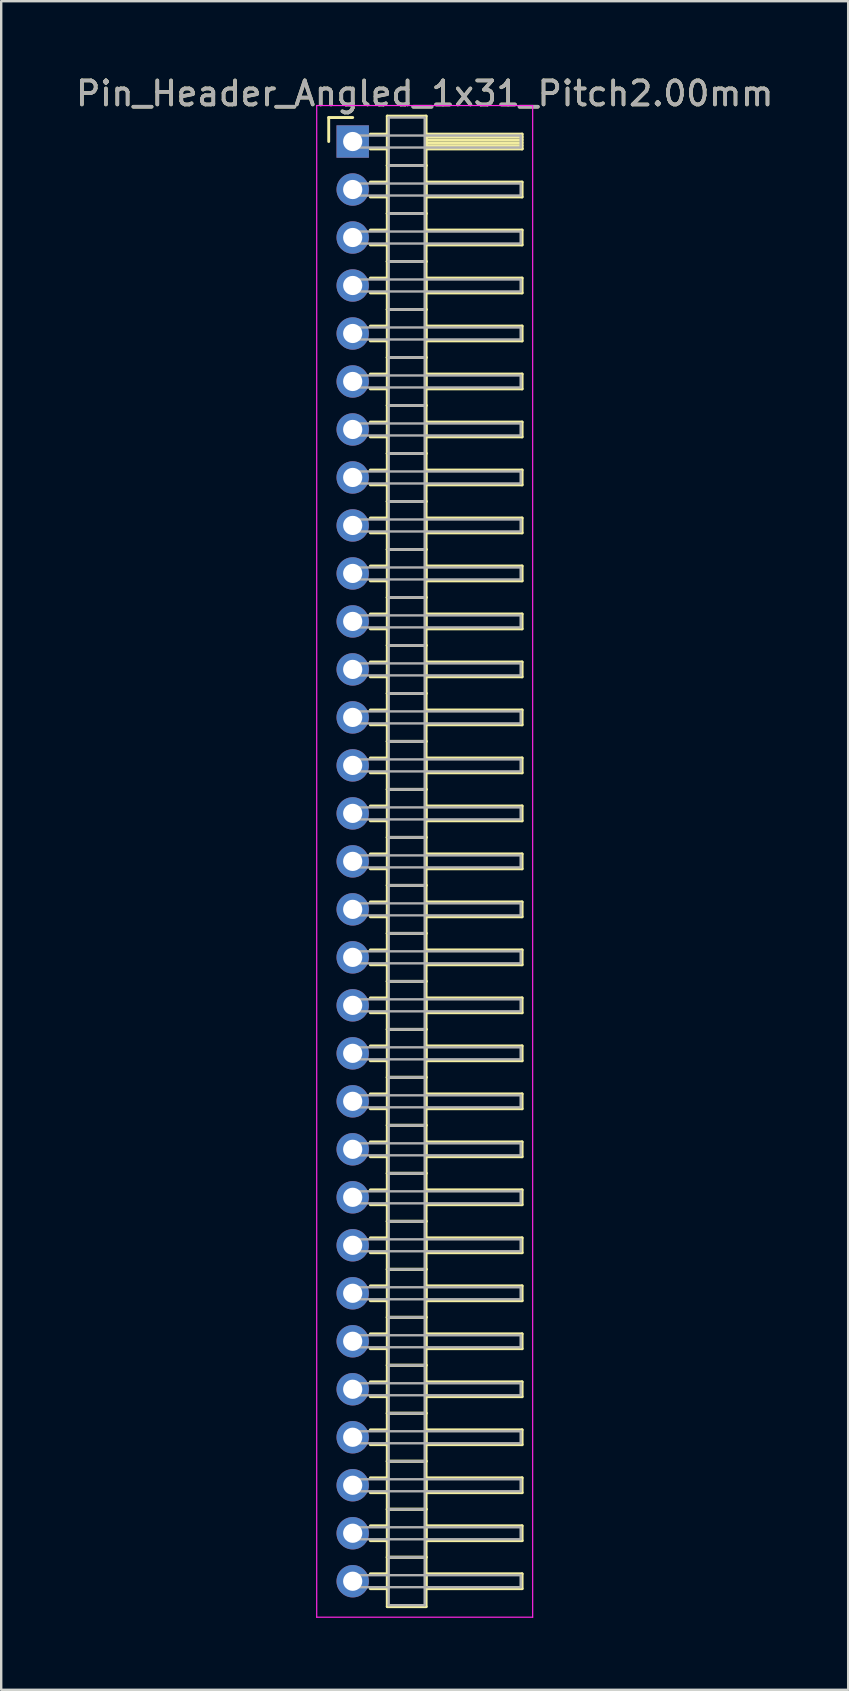
<source format=kicad_pcb>
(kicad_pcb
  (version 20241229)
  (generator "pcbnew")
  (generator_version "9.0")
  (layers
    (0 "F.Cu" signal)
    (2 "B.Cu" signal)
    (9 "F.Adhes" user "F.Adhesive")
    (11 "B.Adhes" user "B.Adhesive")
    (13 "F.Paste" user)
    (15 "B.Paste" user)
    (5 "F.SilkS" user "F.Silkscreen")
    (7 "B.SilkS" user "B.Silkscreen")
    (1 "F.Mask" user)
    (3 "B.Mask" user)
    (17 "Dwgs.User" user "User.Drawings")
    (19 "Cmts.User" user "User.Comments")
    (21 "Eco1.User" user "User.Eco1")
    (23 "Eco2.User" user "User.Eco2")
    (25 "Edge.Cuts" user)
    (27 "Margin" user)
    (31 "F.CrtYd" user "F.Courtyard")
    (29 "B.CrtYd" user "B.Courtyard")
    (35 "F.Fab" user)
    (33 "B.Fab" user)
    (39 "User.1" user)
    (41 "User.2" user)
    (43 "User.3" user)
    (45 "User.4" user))
  (footprint "Pin_Header_Angled_1x31_Pitch2.00mm"
    (layer "F.Cu")
    (at 11.649 2.848)
    (property "Reference" "Pin_Header_Angled_1x31_Pitch2.00mm" (at 3 -2 0) (layer "F.SilkS") (effects (font (size 1 1) (thickness 0.15))))
    (attr through_hole)
    (fp_line (start -1 -1) (end 0 -1) (stroke (width 0.12) (type solid)) (layer "F.SilkS"))
    (fp_line (start -1 0) (end -1 -1) (stroke (width 0.12) (type solid)) (layer "F.SilkS"))
    (fp_line (start 0.735 -0.31) (end 1.44 -0.31) (stroke (width 0.12) (type solid)) (layer "F.SilkS"))
    (fp_line (start 0.735 0.31) (end 1.44 0.31) (stroke (width 0.12) (type solid)) (layer "F.SilkS"))
    (fp_line (start 0.735 1.69) (end 1.44 1.69) (stroke (width 0.12) (type solid)) (layer "F.SilkS"))
    (fp_line (start 0.735 2.31) (end 1.44 2.31) (stroke (width 0.12) (type solid)) (layer "F.SilkS"))
    (fp_line (start 0.735 3.69) (end 1.44 3.69) (stroke (width 0.12) (type solid)) (layer "F.SilkS"))
    (fp_line (start 0.735 4.31) (end 1.44 4.31) (stroke (width 0.12) (type solid)) (layer "F.SilkS"))
    (fp_line (start 0.735 5.69) (end 1.44 5.69) (stroke (width 0.12) (type solid)) (layer "F.SilkS"))
    (fp_line (start 0.735 6.31) (end 1.44 6.31) (stroke (width 0.12) (type solid)) (layer "F.SilkS"))
    (fp_line (start 0.735 7.69) (end 1.44 7.69) (stroke (width 0.12) (type solid)) (layer "F.SilkS"))
    (fp_line (start 0.735 8.31) (end 1.44 8.31) (stroke (width 0.12) (type solid)) (layer "F.SilkS"))
    (fp_line (start 0.735 9.69) (end 1.44 9.69) (stroke (width 0.12) (type solid)) (layer "F.SilkS"))
    (fp_line (start 0.735 10.31) (end 1.44 10.31) (stroke (width 0.12) (type solid)) (layer "F.SilkS"))
    (fp_line (start 0.735 11.69) (end 1.44 11.69) (stroke (width 0.12) (type solid)) (layer "F.SilkS"))
    (fp_line (start 0.735 12.31) (end 1.44 12.31) (stroke (width 0.12) (type solid)) (layer "F.SilkS"))
    (fp_line (start 0.735 13.69) (end 1.44 13.69) (stroke (width 0.12) (type solid)) (layer "F.SilkS"))
    (fp_line (start 0.735 14.31) (end 1.44 14.31) (stroke (width 0.12) (type solid)) (layer "F.SilkS"))
    (fp_line (start 0.735 15.69) (end 1.44 15.69) (stroke (width 0.12) (type solid)) (layer "F.SilkS"))
    (fp_line (start 0.735 16.31) (end 1.44 16.31) (stroke (width 0.12) (type solid)) (layer "F.SilkS"))
    (fp_line (start 0.735 17.69) (end 1.44 17.69) (stroke (width 0.12) (type solid)) (layer "F.SilkS"))
    (fp_line (start 0.735 18.31) (end 1.44 18.31) (stroke (width 0.12) (type solid)) (layer "F.SilkS"))
    (fp_line (start 0.735 19.69) (end 1.44 19.69) (stroke (width 0.12) (type solid)) (layer "F.SilkS"))
    (fp_line (start 0.735 20.31) (end 1.44 20.31) (stroke (width 0.12) (type solid)) (layer "F.SilkS"))
    (fp_line (start 0.735 21.69) (end 1.44 21.69) (stroke (width 0.12) (type solid)) (layer "F.SilkS"))
    (fp_line (start 0.735 22.31) (end 1.44 22.31) (stroke (width 0.12) (type solid)) (layer "F.SilkS"))
    (fp_line (start 0.735 23.69) (end 1.44 23.69) (stroke (width 0.12) (type solid)) (layer "F.SilkS"))
    (fp_line (start 0.735 24.31) (end 1.44 24.31) (stroke (width 0.12) (type solid)) (layer "F.SilkS"))
    (fp_line (start 0.735 25.69) (end 1.44 25.69) (stroke (width 0.12) (type solid)) (layer "F.SilkS"))
    (fp_line (start 0.735 26.31) (end 1.44 26.31) (stroke (width 0.12) (type solid)) (layer "F.SilkS"))
    (fp_line (start 0.735 27.69) (end 1.44 27.69) (stroke (width 0.12) (type solid)) (layer "F.SilkS"))
    (fp_line (start 0.735 28.31) (end 1.44 28.31) (stroke (width 0.12) (type solid)) (layer "F.SilkS"))
    (fp_line (start 0.735 29.69) (end 1.44 29.69) (stroke (width 0.12) (type solid)) (layer "F.SilkS"))
    (fp_line (start 0.735 30.31) (end 1.44 30.31) (stroke (width 0.12) (type solid)) (layer "F.SilkS"))
    (fp_line (start 0.735 31.69) (end 1.44 31.69) (stroke (width 0.12) (type solid)) (layer "F.SilkS"))
    (fp_line (start 0.735 32.31) (end 1.44 32.31) (stroke (width 0.12) (type solid)) (layer "F.SilkS"))
    (fp_line (start 0.735 33.69) (end 1.44 33.69) (stroke (width 0.12) (type solid)) (layer "F.SilkS"))
    (fp_line (start 0.735 34.31) (end 1.44 34.31) (stroke (width 0.12) (type solid)) (layer "F.SilkS"))
    (fp_line (start 0.735 35.69) (end 1.44 35.69) (stroke (width 0.12) (type solid)) (layer "F.SilkS"))
    (fp_line (start 0.735 36.31) (end 1.44 36.31) (stroke (width 0.12) (type solid)) (layer "F.SilkS"))
    (fp_line (start 0.735 37.69) (end 1.44 37.69) (stroke (width 0.12) (type solid)) (layer "F.SilkS"))
    (fp_line (start 0.735 38.31) (end 1.44 38.31) (stroke (width 0.12) (type solid)) (layer "F.SilkS"))
    (fp_line (start 0.735 39.69) (end 1.44 39.69) (stroke (width 0.12) (type solid)) (layer "F.SilkS"))
    (fp_line (start 0.735 40.31) (end 1.44 40.31) (stroke (width 0.12) (type solid)) (layer "F.SilkS"))
    (fp_line (start 0.735 41.69) (end 1.44 41.69) (stroke (width 0.12) (type solid)) (layer "F.SilkS"))
    (fp_line (start 0.735 42.31) (end 1.44 42.31) (stroke (width 0.12) (type solid)) (layer "F.SilkS"))
    (fp_line (start 0.735 43.69) (end 1.44 43.69) (stroke (width 0.12) (type solid)) (layer "F.SilkS"))
    (fp_line (start 0.735 44.31) (end 1.44 44.31) (stroke (width 0.12) (type solid)) (layer "F.SilkS"))
    (fp_line (start 0.735 45.69) (end 1.44 45.69) (stroke (width 0.12) (type solid)) (layer "F.SilkS"))
    (fp_line (start 0.735 46.31) (end 1.44 46.31) (stroke (width 0.12) (type solid)) (layer "F.SilkS"))
    (fp_line (start 0.735 47.69) (end 1.44 47.69) (stroke (width 0.12) (type solid)) (layer "F.SilkS"))
    (fp_line (start 0.735 48.31) (end 1.44 48.31) (stroke (width 0.12) (type solid)) (layer "F.SilkS"))
    (fp_line (start 0.735 49.69) (end 1.44 49.69) (stroke (width 0.12) (type solid)) (layer "F.SilkS"))
    (fp_line (start 0.735 50.31) (end 1.44 50.31) (stroke (width 0.12) (type solid)) (layer "F.SilkS"))
    (fp_line (start 0.735 51.69) (end 1.44 51.69) (stroke (width 0.12) (type solid)) (layer "F.SilkS"))
    (fp_line (start 0.735 52.31) (end 1.44 52.31) (stroke (width 0.12) (type solid)) (layer "F.SilkS"))
    (fp_line (start 0.735 53.69) (end 1.44 53.69) (stroke (width 0.12) (type solid)) (layer "F.SilkS"))
    (fp_line (start 0.735 54.31) (end 1.44 54.31) (stroke (width 0.12) (type solid)) (layer "F.SilkS"))
    (fp_line (start 0.735 55.69) (end 1.44 55.69) (stroke (width 0.12) (type solid)) (layer "F.SilkS"))
    (fp_line (start 0.735 56.31) (end 1.44 56.31) (stroke (width 0.12) (type solid)) (layer "F.SilkS"))
    (fp_line (start 0.735 57.69) (end 1.44 57.69) (stroke (width 0.12) (type solid)) (layer "F.SilkS"))
    (fp_line (start 0.735 58.31) (end 1.44 58.31) (stroke (width 0.12) (type solid)) (layer "F.SilkS"))
    (fp_line (start 0.735 59.69) (end 1.44 59.69) (stroke (width 0.12) (type solid)) (layer "F.SilkS"))
    (fp_line (start 0.735 60.31) (end 1.44 60.31) (stroke (width 0.12) (type solid)) (layer "F.SilkS"))
    (fp_line (start 1.44 -1.06) (end 1.44 1) (stroke (width 0.12) (type solid)) (layer "F.SilkS"))
    (fp_line (start 1.44 1) (end 1.44 3) (stroke (width 0.12) (type solid)) (layer "F.SilkS"))
    (fp_line (start 1.44 1) (end 3.06 1) (stroke (width 0.12) (type solid)) (layer "F.SilkS"))
    (fp_line (start 1.44 3) (end 1.44 5) (stroke (width 0.12) (type solid)) (layer "F.SilkS"))
    (fp_line (start 1.44 3) (end 3.06 3) (stroke (width 0.12) (type solid)) (layer "F.SilkS"))
    (fp_line (start 1.44 5) (end 1.44 7) (stroke (width 0.12) (type solid)) (layer "F.SilkS"))
    (fp_line (start 1.44 5) (end 3.06 5) (stroke (width 0.12) (type solid)) (layer "F.SilkS"))
    (fp_line (start 1.44 7) (end 1.44 9) (stroke (width 0.12) (type solid)) (layer "F.SilkS"))
    (fp_line (start 1.44 7) (end 3.06 7) (stroke (width 0.12) (type solid)) (layer "F.SilkS"))
    (fp_line (start 1.44 9) (end 1.44 11) (stroke (width 0.12) (type solid)) (layer "F.SilkS"))
    (fp_line (start 1.44 9) (end 3.06 9) (stroke (width 0.12) (type solid)) (layer "F.SilkS"))
    (fp_line (start 1.44 11) (end 1.44 13) (stroke (width 0.12) (type solid)) (layer "F.SilkS"))
    (fp_line (start 1.44 11) (end 3.06 11) (stroke (width 0.12) (type solid)) (layer "F.SilkS"))
    (fp_line (start 1.44 13) (end 1.44 15) (stroke (width 0.12) (type solid)) (layer "F.SilkS"))
    (fp_line (start 1.44 13) (end 3.06 13) (stroke (width 0.12) (type solid)) (layer "F.SilkS"))
    (fp_line (start 1.44 15) (end 1.44 17) (stroke (width 0.12) (type solid)) (layer "F.SilkS"))
    (fp_line (start 1.44 15) (end 3.06 15) (stroke (width 0.12) (type solid)) (layer "F.SilkS"))
    (fp_line (start 1.44 17) (end 1.44 19) (stroke (width 0.12) (type solid)) (layer "F.SilkS"))
    (fp_line (start 1.44 17) (end 3.06 17) (stroke (width 0.12) (type solid)) (layer "F.SilkS"))
    (fp_line (start 1.44 19) (end 1.44 21) (stroke (width 0.12) (type solid)) (layer "F.SilkS"))
    (fp_line (start 1.44 19) (end 3.06 19) (stroke (width 0.12) (type solid)) (layer "F.SilkS"))
    (fp_line (start 1.44 21) (end 1.44 23) (stroke (width 0.12) (type solid)) (layer "F.SilkS"))
    (fp_line (start 1.44 21) (end 3.06 21) (stroke (width 0.12) (type solid)) (layer "F.SilkS"))
    (fp_line (start 1.44 23) (end 1.44 25) (stroke (width 0.12) (type solid)) (layer "F.SilkS"))
    (fp_line (start 1.44 23) (end 3.06 23) (stroke (width 0.12) (type solid)) (layer "F.SilkS"))
    (fp_line (start 1.44 25) (end 1.44 27) (stroke (width 0.12) (type solid)) (layer "F.SilkS"))
    (fp_line (start 1.44 25) (end 3.06 25) (stroke (width 0.12) (type solid)) (layer "F.SilkS"))
    (fp_line (start 1.44 27) (end 1.44 29) (stroke (width 0.12) (type solid)) (layer "F.SilkS"))
    (fp_line (start 1.44 27) (end 3.06 27) (stroke (width 0.12) (type solid)) (layer "F.SilkS"))
    (fp_line (start 1.44 29) (end 1.44 31) (stroke (width 0.12) (type solid)) (layer "F.SilkS"))
    (fp_line (start 1.44 29) (end 3.06 29) (stroke (width 0.12) (type solid)) (layer "F.SilkS"))
    (fp_line (start 1.44 31) (end 1.44 33) (stroke (width 0.12) (type solid)) (layer "F.SilkS"))
    (fp_line (start 1.44 31) (end 3.06 31) (stroke (width 0.12) (type solid)) (layer "F.SilkS"))
    (fp_line (start 1.44 33) (end 1.44 35) (stroke (width 0.12) (type solid)) (layer "F.SilkS"))
    (fp_line (start 1.44 33) (end 3.06 33) (stroke (width 0.12) (type solid)) (layer "F.SilkS"))
    (fp_line (start 1.44 35) (end 1.44 37) (stroke (width 0.12) (type solid)) (layer "F.SilkS"))
    (fp_line (start 1.44 35) (end 3.06 35) (stroke (width 0.12) (type solid)) (layer "F.SilkS"))
    (fp_line (start 1.44 37) (end 1.44 39) (stroke (width 0.12) (type solid)) (layer "F.SilkS"))
    (fp_line (start 1.44 37) (end 3.06 37) (stroke (width 0.12) (type solid)) (layer "F.SilkS"))
    (fp_line (start 1.44 39) (end 1.44 41) (stroke (width 0.12) (type solid)) (layer "F.SilkS"))
    (fp_line (start 1.44 39) (end 3.06 39) (stroke (width 0.12) (type solid)) (layer "F.SilkS"))
    (fp_line (start 1.44 41) (end 1.44 43) (stroke (width 0.12) (type solid)) (layer "F.SilkS"))
    (fp_line (start 1.44 41) (end 3.06 41) (stroke (width 0.12) (type solid)) (layer "F.SilkS"))
    (fp_line (start 1.44 43) (end 1.44 45) (stroke (width 0.12) (type solid)) (layer "F.SilkS"))
    (fp_line (start 1.44 43) (end 3.06 43) (stroke (width 0.12) (type solid)) (layer "F.SilkS"))
    (fp_line (start 1.44 45) (end 1.44 47) (stroke (width 0.12) (type solid)) (layer "F.SilkS"))
    (fp_line (start 1.44 45) (end 3.06 45) (stroke (width 0.12) (type solid)) (layer "F.SilkS"))
    (fp_line (start 1.44 47) (end 1.44 49) (stroke (width 0.12) (type solid)) (layer "F.SilkS"))
    (fp_line (start 1.44 47) (end 3.06 47) (stroke (width 0.12) (type solid)) (layer "F.SilkS"))
    (fp_line (start 1.44 49) (end 1.44 51) (stroke (width 0.12) (type solid)) (layer "F.SilkS"))
    (fp_line (start 1.44 49) (end 3.06 49) (stroke (width 0.12) (type solid)) (layer "F.SilkS"))
    (fp_line (start 1.44 51) (end 1.44 53) (stroke (width 0.12) (type solid)) (layer "F.SilkS"))
    (fp_line (start 1.44 51) (end 3.06 51) (stroke (width 0.12) (type solid)) (layer "F.SilkS"))
    (fp_line (start 1.44 53) (end 1.44 55) (stroke (width 0.12) (type solid)) (layer "F.SilkS"))
    (fp_line (start 1.44 53) (end 3.06 53) (stroke (width 0.12) (type solid)) (layer "F.SilkS"))
    (fp_line (start 1.44 55) (end 1.44 57) (stroke (width 0.12) (type solid)) (layer "F.SilkS"))
    (fp_line (start 1.44 55) (end 3.06 55) (stroke (width 0.12) (type solid)) (layer "F.SilkS"))
    (fp_line (start 1.44 57) (end 1.44 59) (stroke (width 0.12) (type solid)) (layer "F.SilkS"))
    (fp_line (start 1.44 57) (end 3.06 57) (stroke (width 0.12) (type solid)) (layer "F.SilkS"))
    (fp_line (start 1.44 59) (end 1.44 61.06) (stroke (width 0.12) (type solid)) (layer "F.SilkS"))
    (fp_line (start 1.44 59) (end 3.06 59) (stroke (width 0.12) (type solid)) (layer "F.SilkS"))
    (fp_line (start 1.44 61.06) (end 3.06 61.06) (stroke (width 0.12) (type solid)) (layer "F.SilkS"))
    (fp_line (start 3.06 -1.06) (end 1.44 -1.06) (stroke (width 0.12) (type solid)) (layer "F.SilkS"))
    (fp_line (start 3.06 -0.31) (end 3.06 0.31) (stroke (width 0.12) (type solid)) (layer "F.SilkS"))
    (fp_line (start 3.06 -0.19) (end 7.06 -0.19) (stroke (width 0.12) (type solid)) (layer "F.SilkS"))
    (fp_line (start 3.06 -0.07) (end 7.06 -0.07) (stroke (width 0.12) (type solid)) (layer "F.SilkS"))
    (fp_line (start 3.06 0.05) (end 7.06 0.05) (stroke (width 0.12) (type solid)) (layer "F.SilkS"))
    (fp_line (start 3.06 0.17) (end 7.06 0.17) (stroke (width 0.12) (type solid)) (layer "F.SilkS"))
    (fp_line (start 3.06 0.29) (end 7.06 0.29) (stroke (width 0.12) (type solid)) (layer "F.SilkS"))
    (fp_line (start 3.06 0.31) (end 7.06 0.31) (stroke (width 0.12) (type solid)) (layer "F.SilkS"))
    (fp_line (start 3.06 1) (end 1.44 1) (stroke (width 0.12) (type solid)) (layer "F.SilkS"))
    (fp_line (start 3.06 1) (end 3.06 -1.06) (stroke (width 0.12) (type solid)) (layer "F.SilkS"))
    (fp_line (start 3.06 1.69) (end 3.06 2.31) (stroke (width 0.12) (type solid)) (layer "F.SilkS"))
    (fp_line (start 3.06 2.31) (end 7.06 2.31) (stroke (width 0.12) (type solid)) (layer "F.SilkS"))
    (fp_line (start 3.06 3) (end 1.44 3) (stroke (width 0.12) (type solid)) (layer "F.SilkS"))
    (fp_line (start 3.06 3) (end 3.06 1) (stroke (width 0.12) (type solid)) (layer "F.SilkS"))
    (fp_line (start 3.06 3.69) (end 3.06 4.31) (stroke (width 0.12) (type solid)) (layer "F.SilkS"))
    (fp_line (start 3.06 4.31) (end 7.06 4.31) (stroke (width 0.12) (type solid)) (layer "F.SilkS"))
    (fp_line (start 3.06 5) (end 1.44 5) (stroke (width 0.12) (type solid)) (layer "F.SilkS"))
    (fp_line (start 3.06 5) (end 3.06 3) (stroke (width 0.12) (type solid)) (layer "F.SilkS"))
    (fp_line (start 3.06 5.69) (end 3.06 6.31) (stroke (width 0.12) (type solid)) (layer "F.SilkS"))
    (fp_line (start 3.06 6.31) (end 7.06 6.31) (stroke (width 0.12) (type solid)) (layer "F.SilkS"))
    (fp_line (start 3.06 7) (end 1.44 7) (stroke (width 0.12) (type solid)) (layer "F.SilkS"))
    (fp_line (start 3.06 7) (end 3.06 5) (stroke (width 0.12) (type solid)) (layer "F.SilkS"))
    (fp_line (start 3.06 7.69) (end 3.06 8.31) (stroke (width 0.12) (type solid)) (layer "F.SilkS"))
    (fp_line (start 3.06 8.31) (end 7.06 8.31) (stroke (width 0.12) (type solid)) (layer "F.SilkS"))
    (fp_line (start 3.06 9) (end 1.44 9) (stroke (width 0.12) (type solid)) (layer "F.SilkS"))
    (fp_line (start 3.06 9) (end 3.06 7) (stroke (width 0.12) (type solid)) (layer "F.SilkS"))
    (fp_line (start 3.06 9.69) (end 3.06 10.31) (stroke (width 0.12) (type solid)) (layer "F.SilkS"))
    (fp_line (start 3.06 10.31) (end 7.06 10.31) (stroke (width 0.12) (type solid)) (layer "F.SilkS"))
    (fp_line (start 3.06 11) (end 1.44 11) (stroke (width 0.12) (type solid)) (layer "F.SilkS"))
    (fp_line (start 3.06 11) (end 3.06 9) (stroke (width 0.12) (type solid)) (layer "F.SilkS"))
    (fp_line (start 3.06 11.69) (end 3.06 12.31) (stroke (width 0.12) (type solid)) (layer "F.SilkS"))
    (fp_line (start 3.06 12.31) (end 7.06 12.31) (stroke (width 0.12) (type solid)) (layer "F.SilkS"))
    (fp_line (start 3.06 13) (end 1.44 13) (stroke (width 0.12) (type solid)) (layer "F.SilkS"))
    (fp_line (start 3.06 13) (end 3.06 11) (stroke (width 0.12) (type solid)) (layer "F.SilkS"))
    (fp_line (start 3.06 13.69) (end 3.06 14.31) (stroke (width 0.12) (type solid)) (layer "F.SilkS"))
    (fp_line (start 3.06 14.31) (end 7.06 14.31) (stroke (width 0.12) (type solid)) (layer "F.SilkS"))
    (fp_line (start 3.06 15) (end 1.44 15) (stroke (width 0.12) (type solid)) (layer "F.SilkS"))
    (fp_line (start 3.06 15) (end 3.06 13) (stroke (width 0.12) (type solid)) (layer "F.SilkS"))
    (fp_line (start 3.06 15.69) (end 3.06 16.31) (stroke (width 0.12) (type solid)) (layer "F.SilkS"))
    (fp_line (start 3.06 16.31) (end 7.06 16.31) (stroke (width 0.12) (type solid)) (layer "F.SilkS"))
    (fp_line (start 3.06 17) (end 1.44 17) (stroke (width 0.12) (type solid)) (layer "F.SilkS"))
    (fp_line (start 3.06 17) (end 3.06 15) (stroke (width 0.12) (type solid)) (layer "F.SilkS"))
    (fp_line (start 3.06 17.69) (end 3.06 18.31) (stroke (width 0.12) (type solid)) (layer "F.SilkS"))
    (fp_line (start 3.06 18.31) (end 7.06 18.31) (stroke (width 0.12) (type solid)) (layer "F.SilkS"))
    (fp_line (start 3.06 19) (end 1.44 19) (stroke (width 0.12) (type solid)) (layer "F.SilkS"))
    (fp_line (start 3.06 19) (end 3.06 17) (stroke (width 0.12) (type solid)) (layer "F.SilkS"))
    (fp_line (start 3.06 19.69) (end 3.06 20.31) (stroke (width 0.12) (type solid)) (layer "F.SilkS"))
    (fp_line (start 3.06 20.31) (end 7.06 20.31) (stroke (width 0.12) (type solid)) (layer "F.SilkS"))
    (fp_line (start 3.06 21) (end 1.44 21) (stroke (width 0.12) (type solid)) (layer "F.SilkS"))
    (fp_line (start 3.06 21) (end 3.06 19) (stroke (width 0.12) (type solid)) (layer "F.SilkS"))
    (fp_line (start 3.06 21.69) (end 3.06 22.31) (stroke (width 0.12) (type solid)) (layer "F.SilkS"))
    (fp_line (start 3.06 22.31) (end 7.06 22.31) (stroke (width 0.12) (type solid)) (layer "F.SilkS"))
    (fp_line (start 3.06 23) (end 1.44 23) (stroke (width 0.12) (type solid)) (layer "F.SilkS"))
    (fp_line (start 3.06 23) (end 3.06 21) (stroke (width 0.12) (type solid)) (layer "F.SilkS"))
    (fp_line (start 3.06 23.69) (end 3.06 24.31) (stroke (width 0.12) (type solid)) (layer "F.SilkS"))
    (fp_line (start 3.06 24.31) (end 7.06 24.31) (stroke (width 0.12) (type solid)) (layer "F.SilkS"))
    (fp_line (start 3.06 25) (end 1.44 25) (stroke (width 0.12) (type solid)) (layer "F.SilkS"))
    (fp_line (start 3.06 25) (end 3.06 23) (stroke (width 0.12) (type solid)) (layer "F.SilkS"))
    (fp_line (start 3.06 25.69) (end 3.06 26.31) (stroke (width 0.12) (type solid)) (layer "F.SilkS"))
    (fp_line (start 3.06 26.31) (end 7.06 26.31) (stroke (width 0.12) (type solid)) (layer "F.SilkS"))
    (fp_line (start 3.06 27) (end 1.44 27) (stroke (width 0.12) (type solid)) (layer "F.SilkS"))
    (fp_line (start 3.06 27) (end 3.06 25) (stroke (width 0.12) (type solid)) (layer "F.SilkS"))
    (fp_line (start 3.06 27.69) (end 3.06 28.31) (stroke (width 0.12) (type solid)) (layer "F.SilkS"))
    (fp_line (start 3.06 28.31) (end 7.06 28.31) (stroke (width 0.12) (type solid)) (layer "F.SilkS"))
    (fp_line (start 3.06 29) (end 1.44 29) (stroke (width 0.12) (type solid)) (layer "F.SilkS"))
    (fp_line (start 3.06 29) (end 3.06 27) (stroke (width 0.12) (type solid)) (layer "F.SilkS"))
    (fp_line (start 3.06 29.69) (end 3.06 30.31) (stroke (width 0.12) (type solid)) (layer "F.SilkS"))
    (fp_line (start 3.06 30.31) (end 7.06 30.31) (stroke (width 0.12) (type solid)) (layer "F.SilkS"))
    (fp_line (start 3.06 31) (end 1.44 31) (stroke (width 0.12) (type solid)) (layer "F.SilkS"))
    (fp_line (start 3.06 31) (end 3.06 29) (stroke (width 0.12) (type solid)) (layer "F.SilkS"))
    (fp_line (start 3.06 31.69) (end 3.06 32.31) (stroke (width 0.12) (type solid)) (layer "F.SilkS"))
    (fp_line (start 3.06 32.31) (end 7.06 32.31) (stroke (width 0.12) (type solid)) (layer "F.SilkS"))
    (fp_line (start 3.06 33) (end 1.44 33) (stroke (width 0.12) (type solid)) (layer "F.SilkS"))
    (fp_line (start 3.06 33) (end 3.06 31) (stroke (width 0.12) (type solid)) (layer "F.SilkS"))
    (fp_line (start 3.06 33.69) (end 3.06 34.31) (stroke (width 0.12) (type solid)) (layer "F.SilkS"))
    (fp_line (start 3.06 34.31) (end 7.06 34.31) (stroke (width 0.12) (type solid)) (layer "F.SilkS"))
    (fp_line (start 3.06 35) (end 1.44 35) (stroke (width 0.12) (type solid)) (layer "F.SilkS"))
    (fp_line (start 3.06 35) (end 3.06 33) (stroke (width 0.12) (type solid)) (layer "F.SilkS"))
    (fp_line (start 3.06 35.69) (end 3.06 36.31) (stroke (width 0.12) (type solid)) (layer "F.SilkS"))
    (fp_line (start 3.06 36.31) (end 7.06 36.31) (stroke (width 0.12) (type solid)) (layer "F.SilkS"))
    (fp_line (start 3.06 37) (end 1.44 37) (stroke (width 0.12) (type solid)) (layer "F.SilkS"))
    (fp_line (start 3.06 37) (end 3.06 35) (stroke (width 0.12) (type solid)) (layer "F.SilkS"))
    (fp_line (start 3.06 37.69) (end 3.06 38.31) (stroke (width 0.12) (type solid)) (layer "F.SilkS"))
    (fp_line (start 3.06 38.31) (end 7.06 38.31) (stroke (width 0.12) (type solid)) (layer "F.SilkS"))
    (fp_line (start 3.06 39) (end 1.44 39) (stroke (width 0.12) (type solid)) (layer "F.SilkS"))
    (fp_line (start 3.06 39) (end 3.06 37) (stroke (width 0.12) (type solid)) (layer "F.SilkS"))
    (fp_line (start 3.06 39.69) (end 3.06 40.31) (stroke (width 0.12) (type solid)) (layer "F.SilkS"))
    (fp_line (start 3.06 40.31) (end 7.06 40.31) (stroke (width 0.12) (type solid)) (layer "F.SilkS"))
    (fp_line (start 3.06 41) (end 1.44 41) (stroke (width 0.12) (type solid)) (layer "F.SilkS"))
    (fp_line (start 3.06 41) (end 3.06 39) (stroke (width 0.12) (type solid)) (layer "F.SilkS"))
    (fp_line (start 3.06 41.69) (end 3.06 42.31) (stroke (width 0.12) (type solid)) (layer "F.SilkS"))
    (fp_line (start 3.06 42.31) (end 7.06 42.31) (stroke (width 0.12) (type solid)) (layer "F.SilkS"))
    (fp_line (start 3.06 43) (end 1.44 43) (stroke (width 0.12) (type solid)) (layer "F.SilkS"))
    (fp_line (start 3.06 43) (end 3.06 41) (stroke (width 0.12) (type solid)) (layer "F.SilkS"))
    (fp_line (start 3.06 43.69) (end 3.06 44.31) (stroke (width 0.12) (type solid)) (layer "F.SilkS"))
    (fp_line (start 3.06 44.31) (end 7.06 44.31) (stroke (width 0.12) (type solid)) (layer "F.SilkS"))
    (fp_line (start 3.06 45) (end 1.44 45) (stroke (width 0.12) (type solid)) (layer "F.SilkS"))
    (fp_line (start 3.06 45) (end 3.06 43) (stroke (width 0.12) (type solid)) (layer "F.SilkS"))
    (fp_line (start 3.06 45.69) (end 3.06 46.31) (stroke (width 0.12) (type solid)) (layer "F.SilkS"))
    (fp_line (start 3.06 46.31) (end 7.06 46.31) (stroke (width 0.12) (type solid)) (layer "F.SilkS"))
    (fp_line (start 3.06 47) (end 1.44 47) (stroke (width 0.12) (type solid)) (layer "F.SilkS"))
    (fp_line (start 3.06 47) (end 3.06 45) (stroke (width 0.12) (type solid)) (layer "F.SilkS"))
    (fp_line (start 3.06 47.69) (end 3.06 48.31) (stroke (width 0.12) (type solid)) (layer "F.SilkS"))
    (fp_line (start 3.06 48.31) (end 7.06 48.31) (stroke (width 0.12) (type solid)) (layer "F.SilkS"))
    (fp_line (start 3.06 49) (end 1.44 49) (stroke (width 0.12) (type solid)) (layer "F.SilkS"))
    (fp_line (start 3.06 49) (end 3.06 47) (stroke (width 0.12) (type solid)) (layer "F.SilkS"))
    (fp_line (start 3.06 49.69) (end 3.06 50.31) (stroke (width 0.12) (type solid)) (layer "F.SilkS"))
    (fp_line (start 3.06 50.31) (end 7.06 50.31) (stroke (width 0.12) (type solid)) (layer "F.SilkS"))
    (fp_line (start 3.06 51) (end 1.44 51) (stroke (width 0.12) (type solid)) (layer "F.SilkS"))
    (fp_line (start 3.06 51) (end 3.06 49) (stroke (width 0.12) (type solid)) (layer "F.SilkS"))
    (fp_line (start 3.06 51.69) (end 3.06 52.31) (stroke (width 0.12) (type solid)) (layer "F.SilkS"))
    (fp_line (start 3.06 52.31) (end 7.06 52.31) (stroke (width 0.12) (type solid)) (layer "F.SilkS"))
    (fp_line (start 3.06 53) (end 1.44 53) (stroke (width 0.12) (type solid)) (layer "F.SilkS"))
    (fp_line (start 3.06 53) (end 3.06 51) (stroke (width 0.12) (type solid)) (layer "F.SilkS"))
    (fp_line (start 3.06 53.69) (end 3.06 54.31) (stroke (width 0.12) (type solid)) (layer "F.SilkS"))
    (fp_line (start 3.06 54.31) (end 7.06 54.31) (stroke (width 0.12) (type solid)) (layer "F.SilkS"))
    (fp_line (start 3.06 55) (end 1.44 55) (stroke (width 0.12) (type solid)) (layer "F.SilkS"))
    (fp_line (start 3.06 55) (end 3.06 53) (stroke (width 0.12) (type solid)) (layer "F.SilkS"))
    (fp_line (start 3.06 55.69) (end 3.06 56.31) (stroke (width 0.12) (type solid)) (layer "F.SilkS"))
    (fp_line (start 3.06 56.31) (end 7.06 56.31) (stroke (width 0.12) (type solid)) (layer "F.SilkS"))
    (fp_line (start 3.06 57) (end 1.44 57) (stroke (width 0.12) (type solid)) (layer "F.SilkS"))
    (fp_line (start 3.06 57) (end 3.06 55) (stroke (width 0.12) (type solid)) (layer "F.SilkS"))
    (fp_line (start 3.06 57.69) (end 3.06 58.31) (stroke (width 0.12) (type solid)) (layer "F.SilkS"))
    (fp_line (start 3.06 58.31) (end 7.06 58.31) (stroke (width 0.12) (type solid)) (layer "F.SilkS"))
    (fp_line (start 3.06 59) (end 1.44 59) (stroke (width 0.12) (type solid)) (layer "F.SilkS"))
    (fp_line (start 3.06 59) (end 3.06 57) (stroke (width 0.12) (type solid)) (layer "F.SilkS"))
    (fp_line (start 3.06 59.69) (end 3.06 60.31) (stroke (width 0.12) (type solid)) (layer "F.SilkS"))
    (fp_line (start 3.06 60.31) (end 7.06 60.31) (stroke (width 0.12) (type solid)) (layer "F.SilkS"))
    (fp_line (start 3.06 61.06) (end 3.06 59) (stroke (width 0.12) (type solid)) (layer "F.SilkS"))
    (fp_line (start 7.06 -0.31) (end 3.06 -0.31) (stroke (width 0.12) (type solid)) (layer "F.SilkS"))
    (fp_line (start 7.06 0.31) (end 7.06 -0.31) (stroke (width 0.12) (type solid)) (layer "F.SilkS"))
    (fp_line (start 7.06 1.69) (end 3.06 1.69) (stroke (width 0.12) (type solid)) (layer "F.SilkS"))
    (fp_line (start 7.06 2.31) (end 7.06 1.69) (stroke (width 0.12) (type solid)) (layer "F.SilkS"))
    (fp_line (start 7.06 3.69) (end 3.06 3.69) (stroke (width 0.12) (type solid)) (layer "F.SilkS"))
    (fp_line (start 7.06 4.31) (end 7.06 3.69) (stroke (width 0.12) (type solid)) (layer "F.SilkS"))
    (fp_line (start 7.06 5.69) (end 3.06 5.69) (stroke (width 0.12) (type solid)) (layer "F.SilkS"))
    (fp_line (start 7.06 6.31) (end 7.06 5.69) (stroke (width 0.12) (type solid)) (layer "F.SilkS"))
    (fp_line (start 7.06 7.69) (end 3.06 7.69) (stroke (width 0.12) (type solid)) (layer "F.SilkS"))
    (fp_line (start 7.06 8.31) (end 7.06 7.69) (stroke (width 0.12) (type solid)) (layer "F.SilkS"))
    (fp_line (start 7.06 9.69) (end 3.06 9.69) (stroke (width 0.12) (type solid)) (layer "F.SilkS"))
    (fp_line (start 7.06 10.31) (end 7.06 9.69) (stroke (width 0.12) (type solid)) (layer "F.SilkS"))
    (fp_line (start 7.06 11.69) (end 3.06 11.69) (stroke (width 0.12) (type solid)) (layer "F.SilkS"))
    (fp_line (start 7.06 12.31) (end 7.06 11.69) (stroke (width 0.12) (type solid)) (layer "F.SilkS"))
    (fp_line (start 7.06 13.69) (end 3.06 13.69) (stroke (width 0.12) (type solid)) (layer "F.SilkS"))
    (fp_line (start 7.06 14.31) (end 7.06 13.69) (stroke (width 0.12) (type solid)) (layer "F.SilkS"))
    (fp_line (start 7.06 15.69) (end 3.06 15.69) (stroke (width 0.12) (type solid)) (layer "F.SilkS"))
    (fp_line (start 7.06 16.31) (end 7.06 15.69) (stroke (width 0.12) (type solid)) (layer "F.SilkS"))
    (fp_line (start 7.06 17.69) (end 3.06 17.69) (stroke (width 0.12) (type solid)) (layer "F.SilkS"))
    (fp_line (start 7.06 18.31) (end 7.06 17.69) (stroke (width 0.12) (type solid)) (layer "F.SilkS"))
    (fp_line (start 7.06 19.69) (end 3.06 19.69) (stroke (width 0.12) (type solid)) (layer "F.SilkS"))
    (fp_line (start 7.06 20.31) (end 7.06 19.69) (stroke (width 0.12) (type solid)) (layer "F.SilkS"))
    (fp_line (start 7.06 21.69) (end 3.06 21.69) (stroke (width 0.12) (type solid)) (layer "F.SilkS"))
    (fp_line (start 7.06 22.31) (end 7.06 21.69) (stroke (width 0.12) (type solid)) (layer "F.SilkS"))
    (fp_line (start 7.06 23.69) (end 3.06 23.69) (stroke (width 0.12) (type solid)) (layer "F.SilkS"))
    (fp_line (start 7.06 24.31) (end 7.06 23.69) (stroke (width 0.12) (type solid)) (layer "F.SilkS"))
    (fp_line (start 7.06 25.69) (end 3.06 25.69) (stroke (width 0.12) (type solid)) (layer "F.SilkS"))
    (fp_line (start 7.06 26.31) (end 7.06 25.69) (stroke (width 0.12) (type solid)) (layer "F.SilkS"))
    (fp_line (start 7.06 27.69) (end 3.06 27.69) (stroke (width 0.12) (type solid)) (layer "F.SilkS"))
    (fp_line (start 7.06 28.31) (end 7.06 27.69) (stroke (width 0.12) (type solid)) (layer "F.SilkS"))
    (fp_line (start 7.06 29.69) (end 3.06 29.69) (stroke (width 0.12) (type solid)) (layer "F.SilkS"))
    (fp_line (start 7.06 30.31) (end 7.06 29.69) (stroke (width 0.12) (type solid)) (layer "F.SilkS"))
    (fp_line (start 7.06 31.69) (end 3.06 31.69) (stroke (width 0.12) (type solid)) (layer "F.SilkS"))
    (fp_line (start 7.06 32.31) (end 7.06 31.69) (stroke (width 0.12) (type solid)) (layer "F.SilkS"))
    (fp_line (start 7.06 33.69) (end 3.06 33.69) (stroke (width 0.12) (type solid)) (layer "F.SilkS"))
    (fp_line (start 7.06 34.31) (end 7.06 33.69) (stroke (width 0.12) (type solid)) (layer "F.SilkS"))
    (fp_line (start 7.06 35.69) (end 3.06 35.69) (stroke (width 0.12) (type solid)) (layer "F.SilkS"))
    (fp_line (start 7.06 36.31) (end 7.06 35.69) (stroke (width 0.12) (type solid)) (layer "F.SilkS"))
    (fp_line (start 7.06 37.69) (end 3.06 37.69) (stroke (width 0.12) (type solid)) (layer "F.SilkS"))
    (fp_line (start 7.06 38.31) (end 7.06 37.69) (stroke (width 0.12) (type solid)) (layer "F.SilkS"))
    (fp_line (start 7.06 39.69) (end 3.06 39.69) (stroke (width 0.12) (type solid)) (layer "F.SilkS"))
    (fp_line (start 7.06 40.31) (end 7.06 39.69) (stroke (width 0.12) (type solid)) (layer "F.SilkS"))
    (fp_line (start 7.06 41.69) (end 3.06 41.69) (stroke (width 0.12) (type solid)) (layer "F.SilkS"))
    (fp_line (start 7.06 42.31) (end 7.06 41.69) (stroke (width 0.12) (type solid)) (layer "F.SilkS"))
    (fp_line (start 7.06 43.69) (end 3.06 43.69) (stroke (width 0.12) (type solid)) (layer "F.SilkS"))
    (fp_line (start 7.06 44.31) (end 7.06 43.69) (stroke (width 0.12) (type solid)) (layer "F.SilkS"))
    (fp_line (start 7.06 45.69) (end 3.06 45.69) (stroke (width 0.12) (type solid)) (layer "F.SilkS"))
    (fp_line (start 7.06 46.31) (end 7.06 45.69) (stroke (width 0.12) (type solid)) (layer "F.SilkS"))
    (fp_line (start 7.06 47.69) (end 3.06 47.69) (stroke (width 0.12) (type solid)) (layer "F.SilkS"))
    (fp_line (start 7.06 48.31) (end 7.06 47.69) (stroke (width 0.12) (type solid)) (layer "F.SilkS"))
    (fp_line (start 7.06 49.69) (end 3.06 49.69) (stroke (width 0.12) (type solid)) (layer "F.SilkS"))
    (fp_line (start 7.06 50.31) (end 7.06 49.69) (stroke (width 0.12) (type solid)) (layer "F.SilkS"))
    (fp_line (start 7.06 51.69) (end 3.06 51.69) (stroke (width 0.12) (type solid)) (layer "F.SilkS"))
    (fp_line (start 7.06 52.31) (end 7.06 51.69) (stroke (width 0.12) (type solid)) (layer "F.SilkS"))
    (fp_line (start 7.06 53.69) (end 3.06 53.69) (stroke (width 0.12) (type solid)) (layer "F.SilkS"))
    (fp_line (start 7.06 54.31) (end 7.06 53.69) (stroke (width 0.12) (type solid)) (layer "F.SilkS"))
    (fp_line (start 7.06 55.69) (end 3.06 55.69) (stroke (width 0.12) (type solid)) (layer "F.SilkS"))
    (fp_line (start 7.06 56.31) (end 7.06 55.69) (stroke (width 0.12) (type solid)) (layer "F.SilkS"))
    (fp_line (start 7.06 57.69) (end 3.06 57.69) (stroke (width 0.12) (type solid)) (layer "F.SilkS"))
    (fp_line (start 7.06 58.31) (end 7.06 57.69) (stroke (width 0.12) (type solid)) (layer "F.SilkS"))
    (fp_line (start 7.06 59.69) (end 3.06 59.69) (stroke (width 0.12) (type solid)) (layer "F.SilkS"))
    (fp_line (start 7.06 60.31) (end 7.06 59.69) (stroke (width 0.12) (type solid)) (layer "F.SilkS"))
    (fp_line (start -1.5 -1.5) (end -1.5 61.5) (stroke (width 0.05) (type solid)) (layer "F.CrtYd"))
    (fp_line (start -1.5 61.5) (end 7.5 61.5) (stroke (width 0.05) (type solid)) (layer "F.CrtYd"))
    (fp_line (start 7.5 -1.5) (end -1.5 -1.5) (stroke (width 0.05) (type solid)) (layer "F.CrtYd"))
    (fp_line (start 7.5 61.5) (end 7.5 -1.5) (stroke (width 0.05) (type solid)) (layer "F.CrtYd"))
    (fp_line (start 0 -0.25) (end 0 0.25) (stroke (width 0.1) (type solid)) (layer "F.Fab"))
    (fp_line (start 0 0.25) (end 7 0.25) (stroke (width 0.1) (type solid)) (layer "F.Fab"))
    (fp_line (start 0 1.75) (end 0 2.25) (stroke (width 0.1) (type solid)) (layer "F.Fab"))
    (fp_line (start 0 2.25) (end 7 2.25) (stroke (width 0.1) (type solid)) (layer "F.Fab"))
    (fp_line (start 0 3.75) (end 0 4.25) (stroke (width 0.1) (type solid)) (layer "F.Fab"))
    (fp_line (start 0 4.25) (end 7 4.25) (stroke (width 0.1) (type solid)) (layer "F.Fab"))
    (fp_line (start 0 5.75) (end 0 6.25) (stroke (width 0.1) (type solid)) (layer "F.Fab"))
    (fp_line (start 0 6.25) (end 7 6.25) (stroke (width 0.1) (type solid)) (layer "F.Fab"))
    (fp_line (start 0 7.75) (end 0 8.25) (stroke (width 0.1) (type solid)) (layer "F.Fab"))
    (fp_line (start 0 8.25) (end 7 8.25) (stroke (width 0.1) (type solid)) (layer "F.Fab"))
    (fp_line (start 0 9.75) (end 0 10.25) (stroke (width 0.1) (type solid)) (layer "F.Fab"))
    (fp_line (start 0 10.25) (end 7 10.25) (stroke (width 0.1) (type solid)) (layer "F.Fab"))
    (fp_line (start 0 11.75) (end 0 12.25) (stroke (width 0.1) (type solid)) (layer "F.Fab"))
    (fp_line (start 0 12.25) (end 7 12.25) (stroke (width 0.1) (type solid)) (layer "F.Fab"))
    (fp_line (start 0 13.75) (end 0 14.25) (stroke (width 0.1) (type solid)) (layer "F.Fab"))
    (fp_line (start 0 14.25) (end 7 14.25) (stroke (width 0.1) (type solid)) (layer "F.Fab"))
    (fp_line (start 0 15.75) (end 0 16.25) (stroke (width 0.1) (type solid)) (layer "F.Fab"))
    (fp_line (start 0 16.25) (end 7 16.25) (stroke (width 0.1) (type solid)) (layer "F.Fab"))
    (fp_line (start 0 17.75) (end 0 18.25) (stroke (width 0.1) (type solid)) (layer "F.Fab"))
    (fp_line (start 0 18.25) (end 7 18.25) (stroke (width 0.1) (type solid)) (layer "F.Fab"))
    (fp_line (start 0 19.75) (end 0 20.25) (stroke (width 0.1) (type solid)) (layer "F.Fab"))
    (fp_line (start 0 20.25) (end 7 20.25) (stroke (width 0.1) (type solid)) (layer "F.Fab"))
    (fp_line (start 0 21.75) (end 0 22.25) (stroke (width 0.1) (type solid)) (layer "F.Fab"))
    (fp_line (start 0 22.25) (end 7 22.25) (stroke (width 0.1) (type solid)) (layer "F.Fab"))
    (fp_line (start 0 23.75) (end 0 24.25) (stroke (width 0.1) (type solid)) (layer "F.Fab"))
    (fp_line (start 0 24.25) (end 7 24.25) (stroke (width 0.1) (type solid)) (layer "F.Fab"))
    (fp_line (start 0 25.75) (end 0 26.25) (stroke (width 0.1) (type solid)) (layer "F.Fab"))
    (fp_line (start 0 26.25) (end 7 26.25) (stroke (width 0.1) (type solid)) (layer "F.Fab"))
    (fp_line (start 0 27.75) (end 0 28.25) (stroke (width 0.1) (type solid)) (layer "F.Fab"))
    (fp_line (start 0 28.25) (end 7 28.25) (stroke (width 0.1) (type solid)) (layer "F.Fab"))
    (fp_line (start 0 29.75) (end 0 30.25) (stroke (width 0.1) (type solid)) (layer "F.Fab"))
    (fp_line (start 0 30.25) (end 7 30.25) (stroke (width 0.1) (type solid)) (layer "F.Fab"))
    (fp_line (start 0 31.75) (end 0 32.25) (stroke (width 0.1) (type solid)) (layer "F.Fab"))
    (fp_line (start 0 32.25) (end 7 32.25) (stroke (width 0.1) (type solid)) (layer "F.Fab"))
    (fp_line (start 0 33.75) (end 0 34.25) (stroke (width 0.1) (type solid)) (layer "F.Fab"))
    (fp_line (start 0 34.25) (end 7 34.25) (stroke (width 0.1) (type solid)) (layer "F.Fab"))
    (fp_line (start 0 35.75) (end 0 36.25) (stroke (width 0.1) (type solid)) (layer "F.Fab"))
    (fp_line (start 0 36.25) (end 7 36.25) (stroke (width 0.1) (type solid)) (layer "F.Fab"))
    (fp_line (start 0 37.75) (end 0 38.25) (stroke (width 0.1) (type solid)) (layer "F.Fab"))
    (fp_line (start 0 38.25) (end 7 38.25) (stroke (width 0.1) (type solid)) (layer "F.Fab"))
    (fp_line (start 0 39.75) (end 0 40.25) (stroke (width 0.1) (type solid)) (layer "F.Fab"))
    (fp_line (start 0 40.25) (end 7 40.25) (stroke (width 0.1) (type solid)) (layer "F.Fab"))
    (fp_line (start 0 41.75) (end 0 42.25) (stroke (width 0.1) (type solid)) (layer "F.Fab"))
    (fp_line (start 0 42.25) (end 7 42.25) (stroke (width 0.1) (type solid)) (layer "F.Fab"))
    (fp_line (start 0 43.75) (end 0 44.25) (stroke (width 0.1) (type solid)) (layer "F.Fab"))
    (fp_line (start 0 44.25) (end 7 44.25) (stroke (width 0.1) (type solid)) (layer "F.Fab"))
    (fp_line (start 0 45.75) (end 0 46.25) (stroke (width 0.1) (type solid)) (layer "F.Fab"))
    (fp_line (start 0 46.25) (end 7 46.25) (stroke (width 0.1) (type solid)) (layer "F.Fab"))
    (fp_line (start 0 47.75) (end 0 48.25) (stroke (width 0.1) (type solid)) (layer "F.Fab"))
    (fp_line (start 0 48.25) (end 7 48.25) (stroke (width 0.1) (type solid)) (layer "F.Fab"))
    (fp_line (start 0 49.75) (end 0 50.25) (stroke (width 0.1) (type solid)) (layer "F.Fab"))
    (fp_line (start 0 50.25) (end 7 50.25) (stroke (width 0.1) (type solid)) (layer "F.Fab"))
    (fp_line (start 0 51.75) (end 0 52.25) (stroke (width 0.1) (type solid)) (layer "F.Fab"))
    (fp_line (start 0 52.25) (end 7 52.25) (stroke (width 0.1) (type solid)) (layer "F.Fab"))
    (fp_line (start 0 53.75) (end 0 54.25) (stroke (width 0.1) (type solid)) (layer "F.Fab"))
    (fp_line (start 0 54.25) (end 7 54.25) (stroke (width 0.1) (type solid)) (layer "F.Fab"))
    (fp_line (start 0 55.75) (end 0 56.25) (stroke (width 0.1) (type solid)) (layer "F.Fab"))
    (fp_line (start 0 56.25) (end 7 56.25) (stroke (width 0.1) (type solid)) (layer "F.Fab"))
    (fp_line (start 0 57.75) (end 0 58.25) (stroke (width 0.1) (type solid)) (layer "F.Fab"))
    (fp_line (start 0 58.25) (end 7 58.25) (stroke (width 0.1) (type solid)) (layer "F.Fab"))
    (fp_line (start 0 59.75) (end 0 60.25) (stroke (width 0.1) (type solid)) (layer "F.Fab"))
    (fp_line (start 0 60.25) (end 7 60.25) (stroke (width 0.1) (type solid)) (layer "F.Fab"))
    (fp_line (start 1.5 -1) (end 1.5 1) (stroke (width 0.1) (type solid)) (layer "F.Fab"))
    (fp_line (start 1.5 1) (end 1.5 3) (stroke (width 0.1) (type solid)) (layer "F.Fab"))
    (fp_line (start 1.5 1) (end 3 1) (stroke (width 0.1) (type solid)) (layer "F.Fab"))
    (fp_line (start 1.5 3) (end 1.5 5) (stroke (width 0.1) (type solid)) (layer "F.Fab"))
    (fp_line (start 1.5 3) (end 3 3) (stroke (width 0.1) (type solid)) (layer "F.Fab"))
    (fp_line (start 1.5 5) (end 1.5 7) (stroke (width 0.1) (type solid)) (layer "F.Fab"))
    (fp_line (start 1.5 5) (end 3 5) (stroke (width 0.1) (type solid)) (layer "F.Fab"))
    (fp_line (start 1.5 7) (end 1.5 9) (stroke (width 0.1) (type solid)) (layer "F.Fab"))
    (fp_line (start 1.5 7) (end 3 7) (stroke (width 0.1) (type solid)) (layer "F.Fab"))
    (fp_line (start 1.5 9) (end 1.5 11) (stroke (width 0.1) (type solid)) (layer "F.Fab"))
    (fp_line (start 1.5 9) (end 3 9) (stroke (width 0.1) (type solid)) (layer "F.Fab"))
    (fp_line (start 1.5 11) (end 1.5 13) (stroke (width 0.1) (type solid)) (layer "F.Fab"))
    (fp_line (start 1.5 11) (end 3 11) (stroke (width 0.1) (type solid)) (layer "F.Fab"))
    (fp_line (start 1.5 13) (end 1.5 15) (stroke (width 0.1) (type solid)) (layer "F.Fab"))
    (fp_line (start 1.5 13) (end 3 13) (stroke (width 0.1) (type solid)) (layer "F.Fab"))
    (fp_line (start 1.5 15) (end 1.5 17) (stroke (width 0.1) (type solid)) (layer "F.Fab"))
    (fp_line (start 1.5 15) (end 3 15) (stroke (width 0.1) (type solid)) (layer "F.Fab"))
    (fp_line (start 1.5 17) (end 1.5 19) (stroke (width 0.1) (type solid)) (layer "F.Fab"))
    (fp_line (start 1.5 17) (end 3 17) (stroke (width 0.1) (type solid)) (layer "F.Fab"))
    (fp_line (start 1.5 19) (end 1.5 21) (stroke (width 0.1) (type solid)) (layer "F.Fab"))
    (fp_line (start 1.5 19) (end 3 19) (stroke (width 0.1) (type solid)) (layer "F.Fab"))
    (fp_line (start 1.5 21) (end 1.5 23) (stroke (width 0.1) (type solid)) (layer "F.Fab"))
    (fp_line (start 1.5 21) (end 3 21) (stroke (width 0.1) (type solid)) (layer "F.Fab"))
    (fp_line (start 1.5 23) (end 1.5 25) (stroke (width 0.1) (type solid)) (layer "F.Fab"))
    (fp_line (start 1.5 23) (end 3 23) (stroke (width 0.1) (type solid)) (layer "F.Fab"))
    (fp_line (start 1.5 25) (end 1.5 27) (stroke (width 0.1) (type solid)) (layer "F.Fab"))
    (fp_line (start 1.5 25) (end 3 25) (stroke (width 0.1) (type solid)) (layer "F.Fab"))
    (fp_line (start 1.5 27) (end 1.5 29) (stroke (width 0.1) (type solid)) (layer "F.Fab"))
    (fp_line (start 1.5 27) (end 3 27) (stroke (width 0.1) (type solid)) (layer "F.Fab"))
    (fp_line (start 1.5 29) (end 1.5 31) (stroke (width 0.1) (type solid)) (layer "F.Fab"))
    (fp_line (start 1.5 29) (end 3 29) (stroke (width 0.1) (type solid)) (layer "F.Fab"))
    (fp_line (start 1.5 31) (end 1.5 33) (stroke (width 0.1) (type solid)) (layer "F.Fab"))
    (fp_line (start 1.5 31) (end 3 31) (stroke (width 0.1) (type solid)) (layer "F.Fab"))
    (fp_line (start 1.5 33) (end 1.5 35) (stroke (width 0.1) (type solid)) (layer "F.Fab"))
    (fp_line (start 1.5 33) (end 3 33) (stroke (width 0.1) (type solid)) (layer "F.Fab"))
    (fp_line (start 1.5 35) (end 1.5 37) (stroke (width 0.1) (type solid)) (layer "F.Fab"))
    (fp_line (start 1.5 35) (end 3 35) (stroke (width 0.1) (type solid)) (layer "F.Fab"))
    (fp_line (start 1.5 37) (end 1.5 39) (stroke (width 0.1) (type solid)) (layer "F.Fab"))
    (fp_line (start 1.5 37) (end 3 37) (stroke (width 0.1) (type solid)) (layer "F.Fab"))
    (fp_line (start 1.5 39) (end 1.5 41) (stroke (width 0.1) (type solid)) (layer "F.Fab"))
    (fp_line (start 1.5 39) (end 3 39) (stroke (width 0.1) (type solid)) (layer "F.Fab"))
    (fp_line (start 1.5 41) (end 1.5 43) (stroke (width 0.1) (type solid)) (layer "F.Fab"))
    (fp_line (start 1.5 41) (end 3 41) (stroke (width 0.1) (type solid)) (layer "F.Fab"))
    (fp_line (start 1.5 43) (end 1.5 45) (stroke (width 0.1) (type solid)) (layer "F.Fab"))
    (fp_line (start 1.5 43) (end 3 43) (stroke (width 0.1) (type solid)) (layer "F.Fab"))
    (fp_line (start 1.5 45) (end 1.5 47) (stroke (width 0.1) (type solid)) (layer "F.Fab"))
    (fp_line (start 1.5 45) (end 3 45) (stroke (width 0.1) (type solid)) (layer "F.Fab"))
    (fp_line (start 1.5 47) (end 1.5 49) (stroke (width 0.1) (type solid)) (layer "F.Fab"))
    (fp_line (start 1.5 47) (end 3 47) (stroke (width 0.1) (type solid)) (layer "F.Fab"))
    (fp_line (start 1.5 49) (end 1.5 51) (stroke (width 0.1) (type solid)) (layer "F.Fab"))
    (fp_line (start 1.5 49) (end 3 49) (stroke (width 0.1) (type solid)) (layer "F.Fab"))
    (fp_line (start 1.5 51) (end 1.5 53) (stroke (width 0.1) (type solid)) (layer "F.Fab"))
    (fp_line (start 1.5 51) (end 3 51) (stroke (width 0.1) (type solid)) (layer "F.Fab"))
    (fp_line (start 1.5 53) (end 1.5 55) (stroke (width 0.1) (type solid)) (layer "F.Fab"))
    (fp_line (start 1.5 53) (end 3 53) (stroke (width 0.1) (type solid)) (layer "F.Fab"))
    (fp_line (start 1.5 55) (end 1.5 57) (stroke (width 0.1) (type solid)) (layer "F.Fab"))
    (fp_line (start 1.5 55) (end 3 55) (stroke (width 0.1) (type solid)) (layer "F.Fab"))
    (fp_line (start 1.5 57) (end 1.5 59) (stroke (width 0.1) (type solid)) (layer "F.Fab"))
    (fp_line (start 1.5 57) (end 3 57) (stroke (width 0.1) (type solid)) (layer "F.Fab"))
    (fp_line (start 1.5 59) (end 1.5 61) (stroke (width 0.1) (type solid)) (layer "F.Fab"))
    (fp_line (start 1.5 59) (end 3 59) (stroke (width 0.1) (type solid)) (layer "F.Fab"))
    (fp_line (start 1.5 61) (end 3 61) (stroke (width 0.1) (type solid)) (layer "F.Fab"))
    (fp_line (start 3 -1) (end 1.5 -1) (stroke (width 0.1) (type solid)) (layer "F.Fab"))
    (fp_line (start 3 1) (end 1.5 1) (stroke (width 0.1) (type solid)) (layer "F.Fab"))
    (fp_line (start 3 1) (end 3 -1) (stroke (width 0.1) (type solid)) (layer "F.Fab"))
    (fp_line (start 3 3) (end 1.5 3) (stroke (width 0.1) (type solid)) (layer "F.Fab"))
    (fp_line (start 3 3) (end 3 1) (stroke (width 0.1) (type solid)) (layer "F.Fab"))
    (fp_line (start 3 5) (end 1.5 5) (stroke (width 0.1) (type solid)) (layer "F.Fab"))
    (fp_line (start 3 5) (end 3 3) (stroke (width 0.1) (type solid)) (layer "F.Fab"))
    (fp_line (start 3 7) (end 1.5 7) (stroke (width 0.1) (type solid)) (layer "F.Fab"))
    (fp_line (start 3 7) (end 3 5) (stroke (width 0.1) (type solid)) (layer "F.Fab"))
    (fp_line (start 3 9) (end 1.5 9) (stroke (width 0.1) (type solid)) (layer "F.Fab"))
    (fp_line (start 3 9) (end 3 7) (stroke (width 0.1) (type solid)) (layer "F.Fab"))
    (fp_line (start 3 11) (end 1.5 11) (stroke (width 0.1) (type solid)) (layer "F.Fab"))
    (fp_line (start 3 11) (end 3 9) (stroke (width 0.1) (type solid)) (layer "F.Fab"))
    (fp_line (start 3 13) (end 1.5 13) (stroke (width 0.1) (type solid)) (layer "F.Fab"))
    (fp_line (start 3 13) (end 3 11) (stroke (width 0.1) (type solid)) (layer "F.Fab"))
    (fp_line (start 3 15) (end 1.5 15) (stroke (width 0.1) (type solid)) (layer "F.Fab"))
    (fp_line (start 3 15) (end 3 13) (stroke (width 0.1) (type solid)) (layer "F.Fab"))
    (fp_line (start 3 17) (end 1.5 17) (stroke (width 0.1) (type solid)) (layer "F.Fab"))
    (fp_line (start 3 17) (end 3 15) (stroke (width 0.1) (type solid)) (layer "F.Fab"))
    (fp_line (start 3 19) (end 1.5 19) (stroke (width 0.1) (type solid)) (layer "F.Fab"))
    (fp_line (start 3 19) (end 3 17) (stroke (width 0.1) (type solid)) (layer "F.Fab"))
    (fp_line (start 3 21) (end 1.5 21) (stroke (width 0.1) (type solid)) (layer "F.Fab"))
    (fp_line (start 3 21) (end 3 19) (stroke (width 0.1) (type solid)) (layer "F.Fab"))
    (fp_line (start 3 23) (end 1.5 23) (stroke (width 0.1) (type solid)) (layer "F.Fab"))
    (fp_line (start 3 23) (end 3 21) (stroke (width 0.1) (type solid)) (layer "F.Fab"))
    (fp_line (start 3 25) (end 1.5 25) (stroke (width 0.1) (type solid)) (layer "F.Fab"))
    (fp_line (start 3 25) (end 3 23) (stroke (width 0.1) (type solid)) (layer "F.Fab"))
    (fp_line (start 3 27) (end 1.5 27) (stroke (width 0.1) (type solid)) (layer "F.Fab"))
    (fp_line (start 3 27) (end 3 25) (stroke (width 0.1) (type solid)) (layer "F.Fab"))
    (fp_line (start 3 29) (end 1.5 29) (stroke (width 0.1) (type solid)) (layer "F.Fab"))
    (fp_line (start 3 29) (end 3 27) (stroke (width 0.1) (type solid)) (layer "F.Fab"))
    (fp_line (start 3 31) (end 1.5 31) (stroke (width 0.1) (type solid)) (layer "F.Fab"))
    (fp_line (start 3 31) (end 3 29) (stroke (width 0.1) (type solid)) (layer "F.Fab"))
    (fp_line (start 3 33) (end 1.5 33) (stroke (width 0.1) (type solid)) (layer "F.Fab"))
    (fp_line (start 3 33) (end 3 31) (stroke (width 0.1) (type solid)) (layer "F.Fab"))
    (fp_line (start 3 35) (end 1.5 35) (stroke (width 0.1) (type solid)) (layer "F.Fab"))
    (fp_line (start 3 35) (end 3 33) (stroke (width 0.1) (type solid)) (layer "F.Fab"))
    (fp_line (start 3 37) (end 1.5 37) (stroke (width 0.1) (type solid)) (layer "F.Fab"))
    (fp_line (start 3 37) (end 3 35) (stroke (width 0.1) (type solid)) (layer "F.Fab"))
    (fp_line (start 3 39) (end 1.5 39) (stroke (width 0.1) (type solid)) (layer "F.Fab"))
    (fp_line (start 3 39) (end 3 37) (stroke (width 0.1) (type solid)) (layer "F.Fab"))
    (fp_line (start 3 41) (end 1.5 41) (stroke (width 0.1) (type solid)) (layer "F.Fab"))
    (fp_line (start 3 41) (end 3 39) (stroke (width 0.1) (type solid)) (layer "F.Fab"))
    (fp_line (start 3 43) (end 1.5 43) (stroke (width 0.1) (type solid)) (layer "F.Fab"))
    (fp_line (start 3 43) (end 3 41) (stroke (width 0.1) (type solid)) (layer "F.Fab"))
    (fp_line (start 3 45) (end 1.5 45) (stroke (width 0.1) (type solid)) (layer "F.Fab"))
    (fp_line (start 3 45) (end 3 43) (stroke (width 0.1) (type solid)) (layer "F.Fab"))
    (fp_line (start 3 47) (end 1.5 47) (stroke (width 0.1) (type solid)) (layer "F.Fab"))
    (fp_line (start 3 47) (end 3 45) (stroke (width 0.1) (type solid)) (layer "F.Fab"))
    (fp_line (start 3 49) (end 1.5 49) (stroke (width 0.1) (type solid)) (layer "F.Fab"))
    (fp_line (start 3 49) (end 3 47) (stroke (width 0.1) (type solid)) (layer "F.Fab"))
    (fp_line (start 3 51) (end 1.5 51) (stroke (width 0.1) (type solid)) (layer "F.Fab"))
    (fp_line (start 3 51) (end 3 49) (stroke (width 0.1) (type solid)) (layer "F.Fab"))
    (fp_line (start 3 53) (end 1.5 53) (stroke (width 0.1) (type solid)) (layer "F.Fab"))
    (fp_line (start 3 53) (end 3 51) (stroke (width 0.1) (type solid)) (layer "F.Fab"))
    (fp_line (start 3 55) (end 1.5 55) (stroke (width 0.1) (type solid)) (layer "F.Fab"))
    (fp_line (start 3 55) (end 3 53) (stroke (width 0.1) (type solid)) (layer "F.Fab"))
    (fp_line (start 3 57) (end 1.5 57) (stroke (width 0.1) (type solid)) (layer "F.Fab"))
    (fp_line (start 3 57) (end 3 55) (stroke (width 0.1) (type solid)) (layer "F.Fab"))
    (fp_line (start 3 59) (end 1.5 59) (stroke (width 0.1) (type solid)) (layer "F.Fab"))
    (fp_line (start 3 59) (end 3 57) (stroke (width 0.1) (type solid)) (layer "F.Fab"))
    (fp_line (start 3 61) (end 3 59) (stroke (width 0.1) (type solid)) (layer "F.Fab"))
    (fp_line (start 7 -0.25) (end 0 -0.25) (stroke (width 0.1) (type solid)) (layer "F.Fab"))
    (fp_line (start 7 0.25) (end 7 -0.25) (stroke (width 0.1) (type solid)) (layer "F.Fab"))
    (fp_line (start 7 1.75) (end 0 1.75) (stroke (width 0.1) (type solid)) (layer "F.Fab"))
    (fp_line (start 7 2.25) (end 7 1.75) (stroke (width 0.1) (type solid)) (layer "F.Fab"))
    (fp_line (start 7 3.75) (end 0 3.75) (stroke (width 0.1) (type solid)) (layer "F.Fab"))
    (fp_line (start 7 4.25) (end 7 3.75) (stroke (width 0.1) (type solid)) (layer "F.Fab"))
    (fp_line (start 7 5.75) (end 0 5.75) (stroke (width 0.1) (type solid)) (layer "F.Fab"))
    (fp_line (start 7 6.25) (end 7 5.75) (stroke (width 0.1) (type solid)) (layer "F.Fab"))
    (fp_line (start 7 7.75) (end 0 7.75) (stroke (width 0.1) (type solid)) (layer "F.Fab"))
    (fp_line (start 7 8.25) (end 7 7.75) (stroke (width 0.1) (type solid)) (layer "F.Fab"))
    (fp_line (start 7 9.75) (end 0 9.75) (stroke (width 0.1) (type solid)) (layer "F.Fab"))
    (fp_line (start 7 10.25) (end 7 9.75) (stroke (width 0.1) (type solid)) (layer "F.Fab"))
    (fp_line (start 7 11.75) (end 0 11.75) (stroke (width 0.1) (type solid)) (layer "F.Fab"))
    (fp_line (start 7 12.25) (end 7 11.75) (stroke (width 0.1) (type solid)) (layer "F.Fab"))
    (fp_line (start 7 13.75) (end 0 13.75) (stroke (width 0.1) (type solid)) (layer "F.Fab"))
    (fp_line (start 7 14.25) (end 7 13.75) (stroke (width 0.1) (type solid)) (layer "F.Fab"))
    (fp_line (start 7 15.75) (end 0 15.75) (stroke (width 0.1) (type solid)) (layer "F.Fab"))
    (fp_line (start 7 16.25) (end 7 15.75) (stroke (width 0.1) (type solid)) (layer "F.Fab"))
    (fp_line (start 7 17.75) (end 0 17.75) (stroke (width 0.1) (type solid)) (layer "F.Fab"))
    (fp_line (start 7 18.25) (end 7 17.75) (stroke (width 0.1) (type solid)) (layer "F.Fab"))
    (fp_line (start 7 19.75) (end 0 19.75) (stroke (width 0.1) (type solid)) (layer "F.Fab"))
    (fp_line (start 7 20.25) (end 7 19.75) (stroke (width 0.1) (type solid)) (layer "F.Fab"))
    (fp_line (start 7 21.75) (end 0 21.75) (stroke (width 0.1) (type solid)) (layer "F.Fab"))
    (fp_line (start 7 22.25) (end 7 21.75) (stroke (width 0.1) (type solid)) (layer "F.Fab"))
    (fp_line (start 7 23.75) (end 0 23.75) (stroke (width 0.1) (type solid)) (layer "F.Fab"))
    (fp_line (start 7 24.25) (end 7 23.75) (stroke (width 0.1) (type solid)) (layer "F.Fab"))
    (fp_line (start 7 25.75) (end 0 25.75) (stroke (width 0.1) (type solid)) (layer "F.Fab"))
    (fp_line (start 7 26.25) (end 7 25.75) (stroke (width 0.1) (type solid)) (layer "F.Fab"))
    (fp_line (start 7 27.75) (end 0 27.75) (stroke (width 0.1) (type solid)) (layer "F.Fab"))
    (fp_line (start 7 28.25) (end 7 27.75) (stroke (width 0.1) (type solid)) (layer "F.Fab"))
    (fp_line (start 7 29.75) (end 0 29.75) (stroke (width 0.1) (type solid)) (layer "F.Fab"))
    (fp_line (start 7 30.25) (end 7 29.75) (stroke (width 0.1) (type solid)) (layer "F.Fab"))
    (fp_line (start 7 31.75) (end 0 31.75) (stroke (width 0.1) (type solid)) (layer "F.Fab"))
    (fp_line (start 7 32.25) (end 7 31.75) (stroke (width 0.1) (type solid)) (layer "F.Fab"))
    (fp_line (start 7 33.75) (end 0 33.75) (stroke (width 0.1) (type solid)) (layer "F.Fab"))
    (fp_line (start 7 34.25) (end 7 33.75) (stroke (width 0.1) (type solid)) (layer "F.Fab"))
    (fp_line (start 7 35.75) (end 0 35.75) (stroke (width 0.1) (type solid)) (layer "F.Fab"))
    (fp_line (start 7 36.25) (end 7 35.75) (stroke (width 0.1) (type solid)) (layer "F.Fab"))
    (fp_line (start 7 37.75) (end 0 37.75) (stroke (width 0.1) (type solid)) (layer "F.Fab"))
    (fp_line (start 7 38.25) (end 7 37.75) (stroke (width 0.1) (type solid)) (layer "F.Fab"))
    (fp_line (start 7 39.75) (end 0 39.75) (stroke (width 0.1) (type solid)) (layer "F.Fab"))
    (fp_line (start 7 40.25) (end 7 39.75) (stroke (width 0.1) (type solid)) (layer "F.Fab"))
    (fp_line (start 7 41.75) (end 0 41.75) (stroke (width 0.1) (type solid)) (layer "F.Fab"))
    (fp_line (start 7 42.25) (end 7 41.75) (stroke (width 0.1) (type solid)) (layer "F.Fab"))
    (fp_line (start 7 43.75) (end 0 43.75) (stroke (width 0.1) (type solid)) (layer "F.Fab"))
    (fp_line (start 7 44.25) (end 7 43.75) (stroke (width 0.1) (type solid)) (layer "F.Fab"))
    (fp_line (start 7 45.75) (end 0 45.75) (stroke (width 0.1) (type solid)) (layer "F.Fab"))
    (fp_line (start 7 46.25) (end 7 45.75) (stroke (width 0.1) (type solid)) (layer "F.Fab"))
    (fp_line (start 7 47.75) (end 0 47.75) (stroke (width 0.1) (type solid)) (layer "F.Fab"))
    (fp_line (start 7 48.25) (end 7 47.75) (stroke (width 0.1) (type solid)) (layer "F.Fab"))
    (fp_line (start 7 49.75) (end 0 49.75) (stroke (width 0.1) (type solid)) (layer "F.Fab"))
    (fp_line (start 7 50.25) (end 7 49.75) (stroke (width 0.1) (type solid)) (layer "F.Fab"))
    (fp_line (start 7 51.75) (end 0 51.75) (stroke (width 0.1) (type solid)) (layer "F.Fab"))
    (fp_line (start 7 52.25) (end 7 51.75) (stroke (width 0.1) (type solid)) (layer "F.Fab"))
    (fp_line (start 7 53.75) (end 0 53.75) (stroke (width 0.1) (type solid)) (layer "F.Fab"))
    (fp_line (start 7 54.25) (end 7 53.75) (stroke (width 0.1) (type solid)) (layer "F.Fab"))
    (fp_line (start 7 55.75) (end 0 55.75) (stroke (width 0.1) (type solid)) (layer "F.Fab"))
    (fp_line (start 7 56.25) (end 7 55.75) (stroke (width 0.1) (type solid)) (layer "F.Fab"))
    (fp_line (start 7 57.75) (end 0 57.75) (stroke (width 0.1) (type solid)) (layer "F.Fab"))
    (fp_line (start 7 58.25) (end 7 57.75) (stroke (width 0.1) (type solid)) (layer "F.Fab"))
    (fp_line (start 7 59.75) (end 0 59.75) (stroke (width 0.1) (type solid)) (layer "F.Fab"))
    (fp_line (start 7 60.25) (end 7 59.75) (stroke (width 0.1) (type solid)) (layer "F.Fab"))
    (fp_text user "${REFERENCE}" (at 3 -2 0) (layer "F.Fab") (effects (font (size 1 1) (thickness 0.15))))
    (pad "1" thru_hole rect (at 0 0) (size 1.35 1.35) (drill 0.8) (layers "*.Cu" "*.Mask"))
    (pad "2" thru_hole oval (at 0 2) (size 1.35 1.35) (drill 0.8) (layers "*.Cu" "*.Mask"))
    (pad "3" thru_hole oval (at 0 4) (size 1.35 1.35) (drill 0.8) (layers "*.Cu" "*.Mask"))
    (pad "4" thru_hole oval (at 0 6) (size 1.35 1.35) (drill 0.8) (layers "*.Cu" "*.Mask"))
    (pad "5" thru_hole oval (at 0 8) (size 1.35 1.35) (drill 0.8) (layers "*.Cu" "*.Mask"))
    (pad "6" thru_hole oval (at 0 10) (size 1.35 1.35) (drill 0.8) (layers "*.Cu" "*.Mask"))
    (pad "7" thru_hole oval (at 0 12) (size 1.35 1.35) (drill 0.8) (layers "*.Cu" "*.Mask"))
    (pad "8" thru_hole oval (at 0 14) (size 1.35 1.35) (drill 0.8) (layers "*.Cu" "*.Mask"))
    (pad "9" thru_hole oval (at 0 16) (size 1.35 1.35) (drill 0.8) (layers "*.Cu" "*.Mask"))
    (pad "10" thru_hole oval (at 0 18) (size 1.35 1.35) (drill 0.8) (layers "*.Cu" "*.Mask"))
    (pad "11" thru_hole oval (at 0 20) (size 1.35 1.35) (drill 0.8) (layers "*.Cu" "*.Mask"))
    (pad "12" thru_hole oval (at 0 22) (size 1.35 1.35) (drill 0.8) (layers "*.Cu" "*.Mask"))
    (pad "13" thru_hole oval (at 0 24) (size 1.35 1.35) (drill 0.8) (layers "*.Cu" "*.Mask"))
    (pad "14" thru_hole oval (at 0 26) (size 1.35 1.35) (drill 0.8) (layers "*.Cu" "*.Mask"))
    (pad "15" thru_hole oval (at 0 28) (size 1.35 1.35) (drill 0.8) (layers "*.Cu" "*.Mask"))
    (pad "16" thru_hole oval (at 0 30) (size 1.35 1.35) (drill 0.8) (layers "*.Cu" "*.Mask"))
    (pad "17" thru_hole oval (at 0 32) (size 1.35 1.35) (drill 0.8) (layers "*.Cu" "*.Mask"))
    (pad "18" thru_hole oval (at 0 34) (size 1.35 1.35) (drill 0.8) (layers "*.Cu" "*.Mask"))
    (pad "19" thru_hole oval (at 0 36) (size 1.35 1.35) (drill 0.8) (layers "*.Cu" "*.Mask"))
    (pad "20" thru_hole oval (at 0 38) (size 1.35 1.35) (drill 0.8) (layers "*.Cu" "*.Mask"))
    (pad "21" thru_hole oval (at 0 40) (size 1.35 1.35) (drill 0.8) (layers "*.Cu" "*.Mask"))
    (pad "22" thru_hole oval (at 0 42) (size 1.35 1.35) (drill 0.8) (layers "*.Cu" "*.Mask"))
    (pad "23" thru_hole oval (at 0 44) (size 1.35 1.35) (drill 0.8) (layers "*.Cu" "*.Mask"))
    (pad "24" thru_hole oval (at 0 46) (size 1.35 1.35) (drill 0.8) (layers "*.Cu" "*.Mask"))
    (pad "25" thru_hole oval (at 0 48) (size 1.35 1.35) (drill 0.8) (layers "*.Cu" "*.Mask"))
    (pad "26" thru_hole oval (at 0 50) (size 1.35 1.35) (drill 0.8) (layers "*.Cu" "*.Mask"))
    (pad "27" thru_hole oval (at 0 52) (size 1.35 1.35) (drill 0.8) (layers "*.Cu" "*.Mask"))
    (pad "28" thru_hole oval (at 0 54) (size 1.35 1.35) (drill 0.8) (layers "*.Cu" "*.Mask"))
    (pad "29" thru_hole oval (at 0 56) (size 1.35 1.35) (drill 0.8) (layers "*.Cu" "*.Mask"))
    (pad "30" thru_hole oval (at 0 58) (size 1.35 1.35) (drill 0.8) (layers "*.Cu" "*.Mask"))
    (pad "31" thru_hole oval (at 0 60) (size 1.35 1.35) (drill 0.8) (layers "*.Cu" "*.Mask")))
  (gr_rect
    (start -3 -3)
    (end 32.298 67.373)
    (stroke (width 0.1) (type default))
    (fill no)
    (layer "Edge.Cuts")))
</source>
